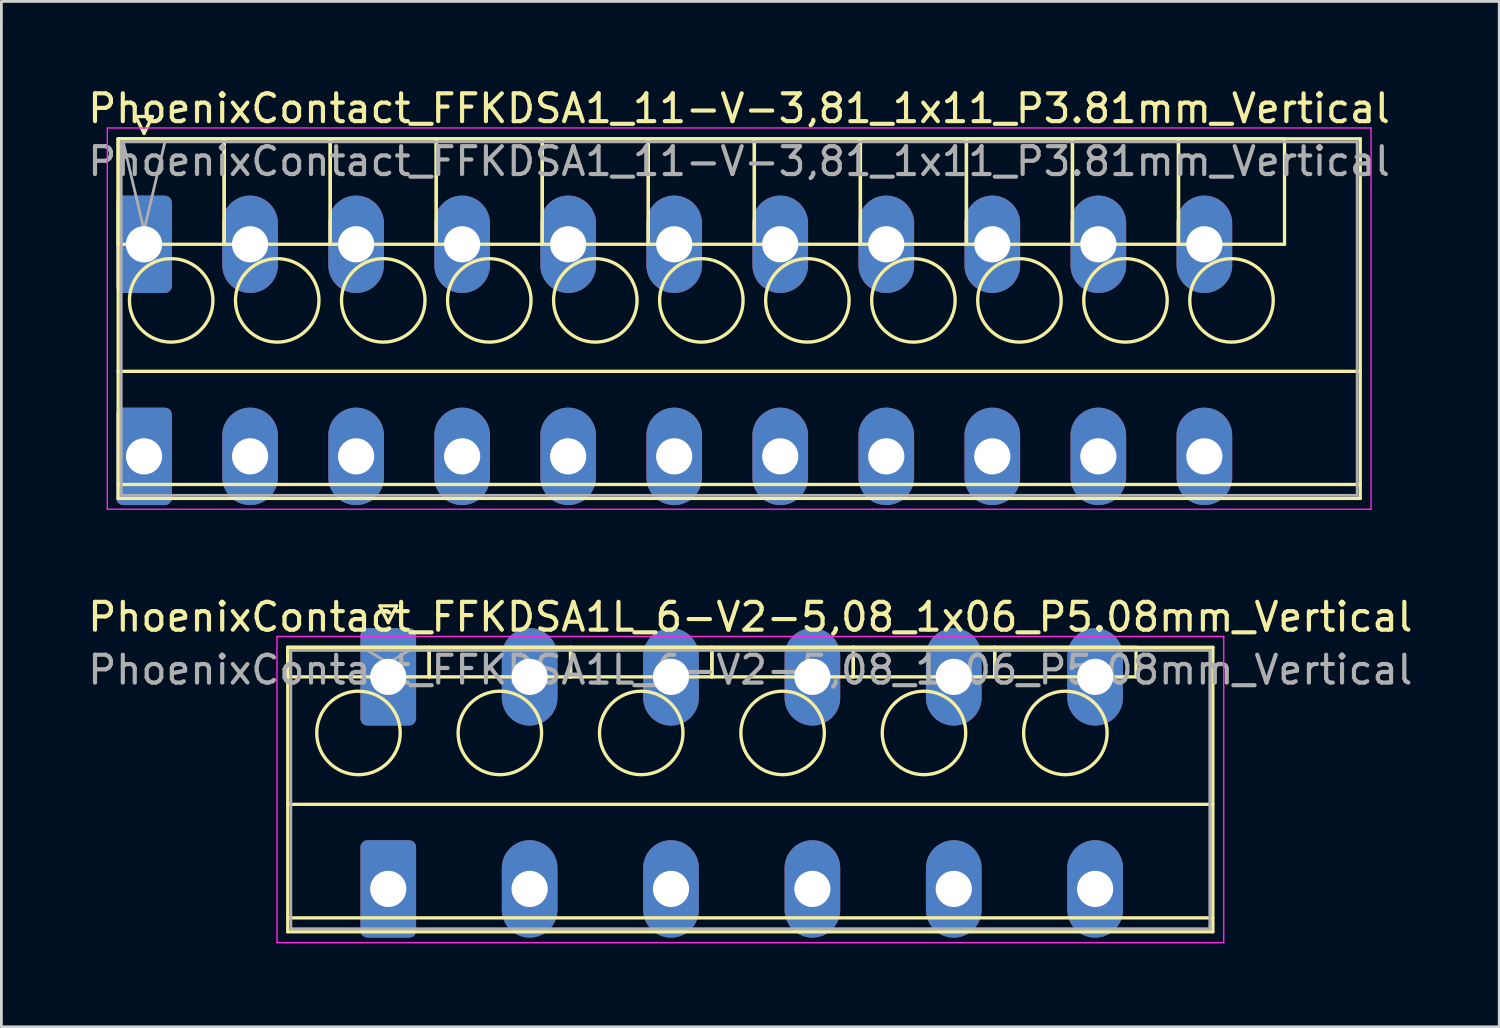
<source format=kicad_pcb>
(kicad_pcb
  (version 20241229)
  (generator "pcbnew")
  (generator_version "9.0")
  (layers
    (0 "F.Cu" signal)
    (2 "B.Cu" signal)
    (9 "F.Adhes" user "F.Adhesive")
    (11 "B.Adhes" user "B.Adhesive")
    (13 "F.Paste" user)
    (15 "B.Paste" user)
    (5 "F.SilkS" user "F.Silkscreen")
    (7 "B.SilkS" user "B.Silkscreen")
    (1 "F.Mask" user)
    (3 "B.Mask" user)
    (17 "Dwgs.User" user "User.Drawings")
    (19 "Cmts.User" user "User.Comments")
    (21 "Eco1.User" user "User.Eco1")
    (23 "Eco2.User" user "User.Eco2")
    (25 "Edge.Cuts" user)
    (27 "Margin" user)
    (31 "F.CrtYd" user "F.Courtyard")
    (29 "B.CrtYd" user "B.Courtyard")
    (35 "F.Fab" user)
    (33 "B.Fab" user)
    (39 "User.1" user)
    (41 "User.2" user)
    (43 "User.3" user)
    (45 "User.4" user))
  (footprint "PhoenixContact_FFKDSA1L_6-V2-5,08_1x06_P5.08mm_Vertical"
    (layer "F.Cu")
    (at 10.901 21.271)
    (property "Reference" "PhoenixContact_FFKDSA1L_6-V2-5,08_1x06_P5.08mm_Vertical" (at 13.01 -2.15 0) (layer "F.SilkS") (effects (font (size 1 1) (thickness 0.15))))
    (attr through_hole)
    (fp_line (start -3.61 -1.06) (end -3.61 0) (stroke (width 0.12) (type solid)) (layer "F.SilkS"))
    (fp_line (start -3.61 -1.06) (end -3.61 9.16) (stroke (width 0.12) (type solid)) (layer "F.SilkS"))
    (fp_line (start -3.61 0) (end 1.47 0) (stroke (width 0.12) (type solid)) (layer "F.SilkS"))
    (fp_line (start -3.61 4.58) (end 29.63 4.58) (stroke (width 0.12) (type solid)) (layer "F.SilkS"))
    (fp_line (start -3.61 8.66) (end 29.63 8.66) (stroke (width 0.12) (type solid)) (layer "F.SilkS"))
    (fp_line (start -3.61 9.16) (end 29.63 9.16) (stroke (width 0.12) (type solid)) (layer "F.SilkS"))
    (fp_line (start -0.3 -2.55) (end 0.3 -2.55) (stroke (width 0.12) (type solid)) (layer "F.SilkS"))
    (fp_line (start 0 -1.95) (end -0.3 -2.55) (stroke (width 0.12) (type solid)) (layer "F.SilkS"))
    (fp_line (start 0.3 -2.55) (end 0 -1.95) (stroke (width 0.12) (type solid)) (layer "F.SilkS"))
    (fp_line (start 1.47 -1.06) (end -3.61 -1.06) (stroke (width 0.12) (type solid)) (layer "F.SilkS"))
    (fp_line (start 1.47 -1.06) (end 1.47 0) (stroke (width 0.12) (type solid)) (layer "F.SilkS"))
    (fp_line (start 1.47 0) (end 1.47 -1.06) (stroke (width 0.12) (type solid)) (layer "F.SilkS"))
    (fp_line (start 1.47 0) (end 6.55 0) (stroke (width 0.12) (type solid)) (layer "F.SilkS"))
    (fp_line (start 6.55 -1.06) (end 1.47 -1.06) (stroke (width 0.12) (type solid)) (layer "F.SilkS"))
    (fp_line (start 6.55 -1.06) (end 6.55 0) (stroke (width 0.12) (type solid)) (layer "F.SilkS"))
    (fp_line (start 6.55 0) (end 6.55 -1.06) (stroke (width 0.12) (type solid)) (layer "F.SilkS"))
    (fp_line (start 6.55 0) (end 11.63 0) (stroke (width 0.12) (type solid)) (layer "F.SilkS"))
    (fp_line (start 11.63 -1.06) (end 6.55 -1.06) (stroke (width 0.12) (type solid)) (layer "F.SilkS"))
    (fp_line (start 11.63 -1.06) (end 11.63 0) (stroke (width 0.12) (type solid)) (layer "F.SilkS"))
    (fp_line (start 11.63 0) (end 11.63 -1.06) (stroke (width 0.12) (type solid)) (layer "F.SilkS"))
    (fp_line (start 11.63 0) (end 16.71 0) (stroke (width 0.12) (type solid)) (layer "F.SilkS"))
    (fp_line (start 16.71 -1.06) (end 11.63 -1.06) (stroke (width 0.12) (type solid)) (layer "F.SilkS"))
    (fp_line (start 16.71 -1.06) (end 16.71 0) (stroke (width 0.12) (type solid)) (layer "F.SilkS"))
    (fp_line (start 16.71 0) (end 16.71 -1.06) (stroke (width 0.12) (type solid)) (layer "F.SilkS"))
    (fp_line (start 16.71 0) (end 21.79 0) (stroke (width 0.12) (type solid)) (layer "F.SilkS"))
    (fp_line (start 21.79 -1.06) (end 16.71 -1.06) (stroke (width 0.12) (type solid)) (layer "F.SilkS"))
    (fp_line (start 21.79 -1.06) (end 21.79 0) (stroke (width 0.12) (type solid)) (layer "F.SilkS"))
    (fp_line (start 21.79 0) (end 21.79 -1.06) (stroke (width 0.12) (type solid)) (layer "F.SilkS"))
    (fp_line (start 21.79 0) (end 26.87 0) (stroke (width 0.12) (type solid)) (layer "F.SilkS"))
    (fp_line (start 26.87 -1.06) (end 21.79 -1.06) (stroke (width 0.12) (type solid)) (layer "F.SilkS"))
    (fp_line (start 26.87 0) (end 26.87 -1.06) (stroke (width 0.12) (type solid)) (layer "F.SilkS"))
    (fp_line (start 29.63 -1.06) (end -3.61 -1.06) (stroke (width 0.12) (type solid)) (layer "F.SilkS"))
    (fp_line (start 29.63 9.16) (end 29.63 -1.06) (stroke (width 0.12) (type solid)) (layer "F.SilkS"))
    (fp_circle (center -1.07 2.015) (end 0.43 2.015) (stroke (width 0.12) (type solid)) (fill no) (layer "F.SilkS"))
    (fp_circle (center 4.01 2.015) (end 5.51 2.015) (stroke (width 0.12) (type solid)) (fill no) (layer "F.SilkS"))
    (fp_circle (center 9.09 2.015) (end 10.59 2.015) (stroke (width 0.12) (type solid)) (fill no) (layer "F.SilkS"))
    (fp_circle (center 14.17 2.015) (end 15.67 2.015) (stroke (width 0.12) (type solid)) (fill no) (layer "F.SilkS"))
    (fp_circle (center 19.25 2.015) (end 20.75 2.015) (stroke (width 0.12) (type solid)) (fill no) (layer "F.SilkS"))
    (fp_circle (center 24.33 2.015) (end 25.83 2.015) (stroke (width 0.12) (type solid)) (fill no) (layer "F.SilkS"))
    (fp_line (start -4 -1.45) (end -4 9.55) (stroke (width 0.05) (type solid)) (layer "F.CrtYd"))
    (fp_line (start -4 9.55) (end 30.02 9.55) (stroke (width 0.05) (type solid)) (layer "F.CrtYd"))
    (fp_line (start 30.02 -1.45) (end -4 -1.45) (stroke (width 0.05) (type solid)) (layer "F.CrtYd"))
    (fp_line (start 30.02 9.55) (end 30.02 -1.45) (stroke (width 0.05) (type solid)) (layer "F.CrtYd"))
    (fp_line (start -3.5 -0.95) (end -3.5 9.05) (stroke (width 0.1) (type solid)) (layer "F.Fab"))
    (fp_line (start -3.5 9.05) (end 29.52 9.05) (stroke (width 0.1) (type solid)) (layer "F.Fab"))
    (fp_line (start 0 -0.5) (end -0.75 -0.95) (stroke (width 0.1) (type solid)) (layer "F.Fab"))
    (fp_line (start 0.75 -0.95) (end 0 -0.5) (stroke (width 0.1) (type solid)) (layer "F.Fab"))
    (fp_line (start 29.52 -0.95) (end -3.5 -0.95) (stroke (width 0.1) (type solid)) (layer "F.Fab"))
    (fp_line (start 29.52 9.05) (end 29.52 -0.95) (stroke (width 0.1) (type solid)) (layer "F.Fab"))
    (fp_text user "${REFERENCE}" (at 13.01 -0.25 0) (layer "F.Fab") (effects (font (size 1 1) (thickness 0.15))))
    (pad "1" thru_hole roundrect (at 0 0) (size 2 3.5) (drill 1.3) (layers "*.Cu" "*.Mask") (roundrect_rratio 0.125))
    (pad "1" thru_hole roundrect (at 0 7.62) (size 2 3.5) (drill 1.3) (layers "*.Cu" "*.Mask") (roundrect_rratio 0.125))
    (pad "2" thru_hole oval (at 5.08 0) (size 2 3.5) (drill 1.3) (layers "*.Cu" "*.Mask"))
    (pad "2" thru_hole oval (at 5.08 7.62) (size 2 3.5) (drill 1.3) (layers "*.Cu" "*.Mask"))
    (pad "3" thru_hole oval (at 10.16 0) (size 2 3.5) (drill 1.3) (layers "*.Cu" "*.Mask"))
    (pad "3" thru_hole oval (at 10.16 7.62) (size 2 3.5) (drill 1.3) (layers "*.Cu" "*.Mask"))
    (pad "4" thru_hole oval (at 15.24 0) (size 2 3.5) (drill 1.3) (layers "*.Cu" "*.Mask"))
    (pad "4" thru_hole oval (at 15.24 7.62) (size 2 3.5) (drill 1.3) (layers "*.Cu" "*.Mask"))
    (pad "5" thru_hole oval (at 20.32 0) (size 2 3.5) (drill 1.3) (layers "*.Cu" "*.Mask"))
    (pad "5" thru_hole oval (at 20.32 7.62) (size 2 3.5) (drill 1.3) (layers "*.Cu" "*.Mask"))
    (pad "6" thru_hole oval (at 25.4 0) (size 2 3.5) (drill 1.3) (layers "*.Cu" "*.Mask"))
    (pad "6" thru_hole oval (at 25.4 7.62) (size 2 3.5) (drill 1.3) (layers "*.Cu" "*.Mask")))
  (footprint "PhoenixContact_FFKDSA1_11-V-3,81_1x11_P3.81mm_Vertical"
    (layer "F.Cu")
    (at 2.126 5.728)
    (property "Reference" "PhoenixContact_FFKDSA1_11-V-3,81_1x11_P3.81mm_Vertical" (at 21.38 -4.88 0) (layer "F.SilkS") (effects (font (size 1 1) (thickness 0.15))))
    (attr through_hole)
    (fp_line (start -0.93 -3.79) (end -0.93 0) (stroke (width 0.12) (type solid)) (layer "F.SilkS"))
    (fp_line (start -0.93 -3.79) (end -0.93 9.13) (stroke (width 0.12) (type solid)) (layer "F.SilkS"))
    (fp_line (start -0.93 0) (end 2.88 0) (stroke (width 0.12) (type solid)) (layer "F.SilkS"))
    (fp_line (start -0.93 4.565) (end 43.7 4.565) (stroke (width 0.12) (type solid)) (layer "F.SilkS"))
    (fp_line (start -0.93 8.63) (end 43.7 8.63) (stroke (width 0.12) (type solid)) (layer "F.SilkS"))
    (fp_line (start -0.93 9.13) (end 43.7 9.13) (stroke (width 0.12) (type solid)) (layer "F.SilkS"))
    (fp_line (start -0.3 -4.59) (end 0.3 -4.59) (stroke (width 0.12) (type solid)) (layer "F.SilkS"))
    (fp_line (start 0 -3.99) (end -0.3 -4.59) (stroke (width 0.12) (type solid)) (layer "F.SilkS"))
    (fp_line (start 0.3 -4.59) (end 0 -3.99) (stroke (width 0.12) (type solid)) (layer "F.SilkS"))
    (fp_line (start 2.88 -3.79) (end -0.93 -3.79) (stroke (width 0.12) (type solid)) (layer "F.SilkS"))
    (fp_line (start 2.88 -3.79) (end 2.88 0) (stroke (width 0.12) (type solid)) (layer "F.SilkS"))
    (fp_line (start 2.88 0) (end 2.88 -3.79) (stroke (width 0.12) (type solid)) (layer "F.SilkS"))
    (fp_line (start 2.88 0) (end 6.69 0) (stroke (width 0.12) (type solid)) (layer "F.SilkS"))
    (fp_line (start 6.69 -3.79) (end 2.88 -3.79) (stroke (width 0.12) (type solid)) (layer "F.SilkS"))
    (fp_line (start 6.69 -3.79) (end 6.69 0) (stroke (width 0.12) (type solid)) (layer "F.SilkS"))
    (fp_line (start 6.69 0) (end 6.69 -3.79) (stroke (width 0.12) (type solid)) (layer "F.SilkS"))
    (fp_line (start 6.69 0) (end 10.5 0) (stroke (width 0.12) (type solid)) (layer "F.SilkS"))
    (fp_line (start 10.5 -3.79) (end 6.69 -3.79) (stroke (width 0.12) (type solid)) (layer "F.SilkS"))
    (fp_line (start 10.5 -3.79) (end 10.5 0) (stroke (width 0.12) (type solid)) (layer "F.SilkS"))
    (fp_line (start 10.5 0) (end 10.5 -3.79) (stroke (width 0.12) (type solid)) (layer "F.SilkS"))
    (fp_line (start 10.5 0) (end 14.31 0) (stroke (width 0.12) (type solid)) (layer "F.SilkS"))
    (fp_line (start 14.31 -3.79) (end 10.5 -3.79) (stroke (width 0.12) (type solid)) (layer "F.SilkS"))
    (fp_line (start 14.31 -3.79) (end 14.31 0) (stroke (width 0.12) (type solid)) (layer "F.SilkS"))
    (fp_line (start 14.31 0) (end 14.31 -3.79) (stroke (width 0.12) (type solid)) (layer "F.SilkS"))
    (fp_line (start 14.31 0) (end 18.12 0) (stroke (width 0.12) (type solid)) (layer "F.SilkS"))
    (fp_line (start 18.12 -3.79) (end 14.31 -3.79) (stroke (width 0.12) (type solid)) (layer "F.SilkS"))
    (fp_line (start 18.12 -3.79) (end 18.12 0) (stroke (width 0.12) (type solid)) (layer "F.SilkS"))
    (fp_line (start 18.12 0) (end 18.12 -3.79) (stroke (width 0.12) (type solid)) (layer "F.SilkS"))
    (fp_line (start 18.12 0) (end 21.93 0) (stroke (width 0.12) (type solid)) (layer "F.SilkS"))
    (fp_line (start 21.93 -3.79) (end 18.12 -3.79) (stroke (width 0.12) (type solid)) (layer "F.SilkS"))
    (fp_line (start 21.93 -3.79) (end 21.93 0) (stroke (width 0.12) (type solid)) (layer "F.SilkS"))
    (fp_line (start 21.93 0) (end 21.93 -3.79) (stroke (width 0.12) (type solid)) (layer "F.SilkS"))
    (fp_line (start 21.93 0) (end 25.74 0) (stroke (width 0.12) (type solid)) (layer "F.SilkS"))
    (fp_line (start 25.74 -3.79) (end 21.93 -3.79) (stroke (width 0.12) (type solid)) (layer "F.SilkS"))
    (fp_line (start 25.74 -3.79) (end 25.74 0) (stroke (width 0.12) (type solid)) (layer "F.SilkS"))
    (fp_line (start 25.74 0) (end 25.74 -3.79) (stroke (width 0.12) (type solid)) (layer "F.SilkS"))
    (fp_line (start 25.74 0) (end 29.55 0) (stroke (width 0.12) (type solid)) (layer "F.SilkS"))
    (fp_line (start 29.55 -3.79) (end 25.74 -3.79) (stroke (width 0.12) (type solid)) (layer "F.SilkS"))
    (fp_line (start 29.55 -3.79) (end 29.55 0) (stroke (width 0.12) (type solid)) (layer "F.SilkS"))
    (fp_line (start 29.55 0) (end 29.55 -3.79) (stroke (width 0.12) (type solid)) (layer "F.SilkS"))
    (fp_line (start 29.55 0) (end 33.36 0) (stroke (width 0.12) (type solid)) (layer "F.SilkS"))
    (fp_line (start 33.36 -3.79) (end 29.55 -3.79) (stroke (width 0.12) (type solid)) (layer "F.SilkS"))
    (fp_line (start 33.36 -3.79) (end 33.36 0) (stroke (width 0.12) (type solid)) (layer "F.SilkS"))
    (fp_line (start 33.36 0) (end 33.36 -3.79) (stroke (width 0.12) (type solid)) (layer "F.SilkS"))
    (fp_line (start 33.36 0) (end 37.17 0) (stroke (width 0.12) (type solid)) (layer "F.SilkS"))
    (fp_line (start 37.17 -3.79) (end 33.36 -3.79) (stroke (width 0.12) (type solid)) (layer "F.SilkS"))
    (fp_line (start 37.17 -3.79) (end 37.17 0) (stroke (width 0.12) (type solid)) (layer "F.SilkS"))
    (fp_line (start 37.17 0) (end 37.17 -3.79) (stroke (width 0.12) (type solid)) (layer "F.SilkS"))
    (fp_line (start 37.17 0) (end 40.98 0) (stroke (width 0.12) (type solid)) (layer "F.SilkS"))
    (fp_line (start 40.98 -3.79) (end 37.17 -3.79) (stroke (width 0.12) (type solid)) (layer "F.SilkS"))
    (fp_line (start 40.98 0) (end 40.98 -3.79) (stroke (width 0.12) (type solid)) (layer "F.SilkS"))
    (fp_line (start 43.7 -3.79) (end -0.93 -3.79) (stroke (width 0.12) (type solid)) (layer "F.SilkS"))
    (fp_line (start 43.7 9.13) (end 43.7 -3.79) (stroke (width 0.12) (type solid)) (layer "F.SilkS"))
    (fp_circle (center 0.975 2.015) (end 2.475 2.015) (stroke (width 0.12) (type solid)) (fill no) (layer "F.SilkS"))
    (fp_circle (center 4.785 2.015) (end 6.285 2.015) (stroke (width 0.12) (type solid)) (fill no) (layer "F.SilkS"))
    (fp_circle (center 8.595 2.015) (end 10.095 2.015) (stroke (width 0.12) (type solid)) (fill no) (layer "F.SilkS"))
    (fp_circle (center 12.405 2.015) (end 13.905 2.015) (stroke (width 0.12) (type solid)) (fill no) (layer "F.SilkS"))
    (fp_circle (center 16.215 2.015) (end 17.715 2.015) (stroke (width 0.12) (type solid)) (fill no) (layer "F.SilkS"))
    (fp_circle (center 20.025 2.015) (end 21.525 2.015) (stroke (width 0.12) (type solid)) (fill no) (layer "F.SilkS"))
    (fp_circle (center 23.835 2.015) (end 25.335 2.015) (stroke (width 0.12) (type solid)) (fill no) (layer "F.SilkS"))
    (fp_circle (center 27.645 2.015) (end 29.145 2.015) (stroke (width 0.12) (type solid)) (fill no) (layer "F.SilkS"))
    (fp_circle (center 31.455 2.015) (end 32.955 2.015) (stroke (width 0.12) (type solid)) (fill no) (layer "F.SilkS"))
    (fp_circle (center 35.265 2.015) (end 36.765 2.015) (stroke (width 0.12) (type solid)) (fill no) (layer "F.SilkS"))
    (fp_circle (center 39.075 2.015) (end 40.575 2.015) (stroke (width 0.12) (type solid)) (fill no) (layer "F.SilkS"))
    (fp_line (start -1.32 -4.18) (end -1.32 9.52) (stroke (width 0.05) (type solid)) (layer "F.CrtYd"))
    (fp_line (start -1.32 9.52) (end 44.09 9.52) (stroke (width 0.05) (type solid)) (layer "F.CrtYd"))
    (fp_line (start 44.09 -4.18) (end -1.32 -4.18) (stroke (width 0.05) (type solid)) (layer "F.CrtYd"))
    (fp_line (start 44.09 9.52) (end 44.09 -4.18) (stroke (width 0.05) (type solid)) (layer "F.CrtYd"))
    (fp_line (start -0.82 -3.68) (end -0.82 9.02) (stroke (width 0.1) (type solid)) (layer "F.Fab"))
    (fp_line (start -0.82 9.02) (end 43.59 9.02) (stroke (width 0.1) (type solid)) (layer "F.Fab"))
    (fp_line (start 0 -0.5) (end -0.75 -3.68) (stroke (width 0.1) (type solid)) (layer "F.Fab"))
    (fp_line (start 0.75 -3.68) (end 0 -0.5) (stroke (width 0.1) (type solid)) (layer "F.Fab"))
    (fp_line (start 43.59 -3.68) (end -0.82 -3.68) (stroke (width 0.1) (type solid)) (layer "F.Fab"))
    (fp_line (start 43.59 9.02) (end 43.59 -3.68) (stroke (width 0.1) (type solid)) (layer "F.Fab"))
    (fp_text user "${REFERENCE}" (at 21.38 -2.98 0) (layer "F.Fab") (effects (font (size 1 1) (thickness 0.15))))
    (pad "1" thru_hole roundrect (at 0 0) (size 2 3.5) (drill 1.3) (layers "*.Cu" "*.Mask") (roundrect_rratio 0.125))
    (pad "1" thru_hole roundrect (at 0 7.62) (size 2 3.5) (drill 1.3) (layers "*.Cu" "*.Mask") (roundrect_rratio 0.125))
    (pad "2" thru_hole oval (at 3.81 0) (size 2 3.5) (drill 1.3) (layers "*.Cu" "*.Mask"))
    (pad "2" thru_hole oval (at 3.81 7.62) (size 2 3.5) (drill 1.3) (layers "*.Cu" "*.Mask"))
    (pad "3" thru_hole oval (at 7.62 0) (size 2 3.5) (drill 1.3) (layers "*.Cu" "*.Mask"))
    (pad "3" thru_hole oval (at 7.62 7.62) (size 2 3.5) (drill 1.3) (layers "*.Cu" "*.Mask"))
    (pad "4" thru_hole oval (at 11.43 0) (size 2 3.5) (drill 1.3) (layers "*.Cu" "*.Mask"))
    (pad "4" thru_hole oval (at 11.43 7.62) (size 2 3.5) (drill 1.3) (layers "*.Cu" "*.Mask"))
    (pad "5" thru_hole oval (at 15.24 0) (size 2 3.5) (drill 1.3) (layers "*.Cu" "*.Mask"))
    (pad "5" thru_hole oval (at 15.24 7.62) (size 2 3.5) (drill 1.3) (layers "*.Cu" "*.Mask"))
    (pad "6" thru_hole oval (at 19.05 0) (size 2 3.5) (drill 1.3) (layers "*.Cu" "*.Mask"))
    (pad "6" thru_hole oval (at 19.05 7.62) (size 2 3.5) (drill 1.3) (layers "*.Cu" "*.Mask"))
    (pad "7" thru_hole oval (at 22.86 0) (size 2 3.5) (drill 1.3) (layers "*.Cu" "*.Mask"))
    (pad "7" thru_hole oval (at 22.86 7.62) (size 2 3.5) (drill 1.3) (layers "*.Cu" "*.Mask"))
    (pad "8" thru_hole oval (at 26.67 0) (size 2 3.5) (drill 1.3) (layers "*.Cu" "*.Mask"))
    (pad "8" thru_hole oval (at 26.67 7.62) (size 2 3.5) (drill 1.3) (layers "*.Cu" "*.Mask"))
    (pad "9" thru_hole oval (at 30.48 0) (size 2 3.5) (drill 1.3) (layers "*.Cu" "*.Mask"))
    (pad "9" thru_hole oval (at 30.48 7.62) (size 2 3.5) (drill 1.3) (layers "*.Cu" "*.Mask"))
    (pad "10" thru_hole oval (at 34.29 0) (size 2 3.5) (drill 1.3) (layers "*.Cu" "*.Mask"))
    (pad "10" thru_hole oval (at 34.29 7.62) (size 2 3.5) (drill 1.3) (layers "*.Cu" "*.Mask"))
    (pad "11" thru_hole oval (at 38.1 0) (size 2 3.5) (drill 1.3) (layers "*.Cu" "*.Mask"))
    (pad "11" thru_hole oval (at 38.1 7.62) (size 2 3.5) (drill 1.3) (layers "*.Cu" "*.Mask")))
  (gr_rect
    (start -3 -3)
    (end 50.821 33.846)
    (stroke (width 0.1) (type default))
    (fill no)
    (layer "Edge.Cuts")))
</source>
